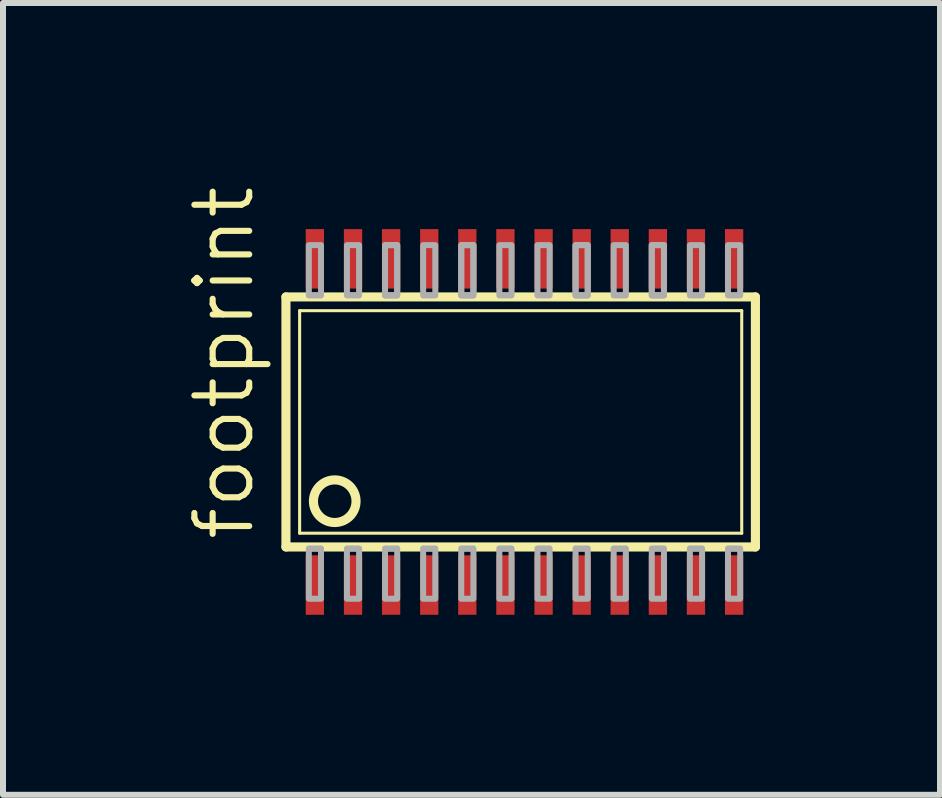
<source format=kicad_pcb>
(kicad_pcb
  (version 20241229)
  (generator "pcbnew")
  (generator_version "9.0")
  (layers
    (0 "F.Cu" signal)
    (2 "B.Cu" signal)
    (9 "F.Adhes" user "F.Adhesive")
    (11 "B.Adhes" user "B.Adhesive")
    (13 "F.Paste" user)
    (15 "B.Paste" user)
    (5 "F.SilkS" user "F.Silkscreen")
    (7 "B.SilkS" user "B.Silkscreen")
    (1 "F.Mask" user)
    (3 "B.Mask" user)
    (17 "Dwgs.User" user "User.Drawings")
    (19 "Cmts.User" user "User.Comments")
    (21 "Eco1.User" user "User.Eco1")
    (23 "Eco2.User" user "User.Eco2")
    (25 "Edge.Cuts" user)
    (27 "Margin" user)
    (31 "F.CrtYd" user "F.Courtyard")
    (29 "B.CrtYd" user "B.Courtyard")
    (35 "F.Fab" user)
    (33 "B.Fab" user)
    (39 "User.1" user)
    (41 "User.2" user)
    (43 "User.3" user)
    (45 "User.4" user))
  (footprint "footprint"
    (layer "F.Cu")
    (at 5.69 3.981)
    (property "Reference" "footprint" (at -4.47 2.019 90) (layer "F.SilkS") (effects (font (size 0.914 0.914) (thickness 0.102)) (justify left bottom)))
    (fp_line (start -3.975 2.083) (end -3.975 -2.083) (stroke (width 0.152) (type solid)) (layer "F.SilkS"))
    (fp_line (start -3.975 2.083) (end 3.848 2.083) (stroke (width 0.152) (type solid)) (layer "F.SilkS"))
    (fp_line (start -3.747 1.854) (end -3.747 -1.854) (stroke (width 0.051) (type solid)) (layer "F.SilkS"))
    (fp_line (start -3.747 1.854) (end 3.62 1.854) (stroke (width 0.051) (type solid)) (layer "F.SilkS"))
    (fp_line (start 3.62 -1.854) (end -3.747 -1.854) (stroke (width 0.051) (type solid)) (layer "F.SilkS"))
    (fp_line (start 3.62 -1.854) (end 3.62 1.854) (stroke (width 0.051) (type solid)) (layer "F.SilkS"))
    (fp_line (start 3.848 -2.083) (end -3.975 -2.083) (stroke (width 0.152) (type solid)) (layer "F.SilkS"))
    (fp_line (start 3.848 -2.083) (end 3.848 2.083) (stroke (width 0.152) (type solid)) (layer "F.SilkS"))
    (fp_circle (center -3.162 1.321) (end -2.807 1.321) (stroke (width 0.152) (type solid)) (fill no) (layer "F.SilkS"))
    (fp_poly (pts (xy -3.594 -2.108) (xy -3.391 -2.108) (xy -3.391 -2.946) (xy -3.594 -2.946)) (stroke (width 0.1) (type solid)) (fill no) (layer "F.Fab"))
    (fp_poly (pts (xy -3.594 2.946) (xy -3.391 2.946) (xy -3.391 2.108) (xy -3.594 2.108)) (stroke (width 0.1) (type solid)) (fill no) (layer "F.Fab"))
    (fp_poly (pts (xy -2.959 -2.108) (xy -2.756 -2.108) (xy -2.756 -2.946) (xy -2.959 -2.946)) (stroke (width 0.1) (type solid)) (fill no) (layer "F.Fab"))
    (fp_poly (pts (xy -2.959 2.946) (xy -2.756 2.946) (xy -2.756 2.108) (xy -2.959 2.108)) (stroke (width 0.1) (type solid)) (fill no) (layer "F.Fab"))
    (fp_poly (pts (xy -2.324 -2.108) (xy -2.121 -2.108) (xy -2.121 -2.946) (xy -2.324 -2.946)) (stroke (width 0.1) (type solid)) (fill no) (layer "F.Fab"))
    (fp_poly (pts (xy -2.324 -2.108) (xy -2.121 -2.108) (xy -2.121 -2.946) (xy -2.324 -2.946)) (stroke (width 0.1) (type solid)) (fill no) (layer "F.Fab"))
    (fp_poly (pts (xy -2.324 2.946) (xy -2.121 2.946) (xy -2.121 2.108) (xy -2.324 2.108)) (stroke (width 0.1) (type solid)) (fill no) (layer "F.Fab"))
    (fp_poly (pts (xy -1.689 -2.108) (xy -1.486 -2.108) (xy -1.486 -2.946) (xy -1.689 -2.946)) (stroke (width 0.1) (type solid)) (fill no) (layer "F.Fab"))
    (fp_poly (pts (xy -1.689 2.946) (xy -1.486 2.946) (xy -1.486 2.108) (xy -1.689 2.108)) (stroke (width 0.1) (type solid)) (fill no) (layer "F.Fab"))
    (fp_poly (pts (xy -1.054 -2.108) (xy -0.851 -2.108) (xy -0.851 -2.946) (xy -1.054 -2.946)) (stroke (width 0.1) (type solid)) (fill no) (layer "F.Fab"))
    (fp_poly (pts (xy -1.054 -2.108) (xy -0.851 -2.108) (xy -0.851 -2.946) (xy -1.054 -2.946)) (stroke (width 0.1) (type solid)) (fill no) (layer "F.Fab"))
    (fp_poly (pts (xy -1.054 2.946) (xy -0.851 2.946) (xy -0.851 2.108) (xy -1.054 2.108)) (stroke (width 0.1) (type solid)) (fill no) (layer "F.Fab"))
    (fp_poly (pts (xy -0.419 -2.108) (xy -0.216 -2.108) (xy -0.216 -2.946) (xy -0.419 -2.946)) (stroke (width 0.1) (type solid)) (fill no) (layer "F.Fab"))
    (fp_poly (pts (xy -0.419 2.946) (xy -0.216 2.946) (xy -0.216 2.108) (xy -0.419 2.108)) (stroke (width 0.1) (type solid)) (fill no) (layer "F.Fab"))
    (fp_poly (pts (xy 0.216 -2.108) (xy 0.419 -2.108) (xy 0.419 -2.946) (xy 0.216 -2.946)) (stroke (width 0.1) (type solid)) (fill no) (layer "F.Fab"))
    (fp_poly (pts (xy 0.216 2.946) (xy 0.419 2.946) (xy 0.419 2.108) (xy 0.216 2.108)) (stroke (width 0.1) (type solid)) (fill no) (layer "F.Fab"))
    (fp_poly (pts (xy 0.851 -2.108) (xy 1.054 -2.108) (xy 1.054 -2.946) (xy 0.851 -2.946)) (stroke (width 0.1) (type solid)) (fill no) (layer "F.Fab"))
    (fp_poly (pts (xy 0.851 -2.108) (xy 1.054 -2.108) (xy 1.054 -2.946) (xy 0.851 -2.946)) (stroke (width 0.1) (type solid)) (fill no) (layer "F.Fab"))
    (fp_poly (pts (xy 0.851 2.946) (xy 1.054 2.946) (xy 1.054 2.108) (xy 0.851 2.108)) (stroke (width 0.1) (type solid)) (fill no) (layer "F.Fab"))
    (fp_poly (pts (xy 1.486 -2.108) (xy 1.689 -2.108) (xy 1.689 -2.946) (xy 1.486 -2.946)) (stroke (width 0.1) (type solid)) (fill no) (layer "F.Fab"))
    (fp_poly (pts (xy 1.486 2.946) (xy 1.689 2.946) (xy 1.689 2.108) (xy 1.486 2.108)) (stroke (width 0.1) (type solid)) (fill no) (layer "F.Fab"))
    (fp_poly (pts (xy 2.121 -2.108) (xy 2.324 -2.108) (xy 2.324 -2.946) (xy 2.121 -2.946)) (stroke (width 0.1) (type solid)) (fill no) (layer "F.Fab"))
    (fp_poly (pts (xy 2.121 -2.108) (xy 2.324 -2.108) (xy 2.324 -2.946) (xy 2.121 -2.946)) (stroke (width 0.1) (type solid)) (fill no) (layer "F.Fab"))
    (fp_poly (pts (xy 2.121 2.946) (xy 2.324 2.946) (xy 2.324 2.108) (xy 2.121 2.108)) (stroke (width 0.1) (type solid)) (fill no) (layer "F.Fab"))
    (fp_poly (pts (xy 2.756 -2.108) (xy 2.959 -2.108) (xy 2.959 -2.946) (xy 2.756 -2.946)) (stroke (width 0.1) (type solid)) (fill no) (layer "F.Fab"))
    (fp_poly (pts (xy 2.756 2.946) (xy 2.959 2.946) (xy 2.959 2.108) (xy 2.756 2.108)) (stroke (width 0.1) (type solid)) (fill no) (layer "F.Fab"))
    (fp_poly (pts (xy 3.391 -2.108) (xy 3.594 -2.108) (xy 3.594 -2.946) (xy 3.391 -2.946)) (stroke (width 0.1) (type solid)) (fill no) (layer "F.Fab"))
    (fp_poly (pts (xy 3.391 2.946) (xy 3.594 2.946) (xy 3.594 2.108) (xy 3.391 2.108)) (stroke (width 0.1) (type solid)) (fill no) (layer "F.Fab"))
    (pad "1" smd rect (at -3.493 2.718) (size 0.305 0.991) (layers "F.Cu" "F.Mask" "F.Paste"))
    (pad "2" smd rect (at -2.857 2.718) (size 0.305 0.991) (layers "F.Cu" "F.Mask" "F.Paste"))
    (pad "3" smd rect (at -2.223 2.718) (size 0.305 0.991) (layers "F.Cu" "F.Mask" "F.Paste"))
    (pad "4" smd rect (at -1.587 2.718) (size 0.305 0.991) (layers "F.Cu" "F.Mask" "F.Paste"))
    (pad "5" smd rect (at -0.953 2.718) (size 0.305 0.991) (layers "F.Cu" "F.Mask" "F.Paste"))
    (pad "6" smd rect (at -0.318 2.718) (size 0.305 0.991) (layers "F.Cu" "F.Mask" "F.Paste"))
    (pad "7" smd rect (at 0.318 2.718) (size 0.305 0.991) (layers "F.Cu" "F.Mask" "F.Paste"))
    (pad "8" smd rect (at 0.953 2.718) (size 0.305 0.991) (layers "F.Cu" "F.Mask" "F.Paste"))
    (pad "9" smd rect (at 1.587 2.718) (size 0.305 0.991) (layers "F.Cu" "F.Mask" "F.Paste"))
    (pad "10" smd rect (at 2.223 2.718) (size 0.305 0.991) (layers "F.Cu" "F.Mask" "F.Paste"))
    (pad "11" smd rect (at 2.857 2.718) (size 0.305 0.991) (layers "F.Cu" "F.Mask" "F.Paste"))
    (pad "12" smd rect (at 3.493 2.718) (size 0.305 0.991) (layers "F.Cu" "F.Mask" "F.Paste"))
    (pad "13" smd rect (at 3.493 -2.718) (size 0.305 0.991) (layers "F.Cu" "F.Mask" "F.Paste"))
    (pad "14" smd rect (at 2.857 -2.718) (size 0.305 0.991) (layers "F.Cu" "F.Mask" "F.Paste"))
    (pad "15" smd rect (at 2.223 -2.718) (size 0.305 0.991) (layers "F.Cu" "F.Mask" "F.Paste"))
    (pad "16" smd rect (at 1.587 -2.718) (size 0.305 0.991) (layers "F.Cu" "F.Mask" "F.Paste"))
    (pad "17" smd rect (at 0.953 -2.718) (size 0.305 0.991) (layers "F.Cu" "F.Mask" "F.Paste"))
    (pad "18" smd rect (at 0.318 -2.718) (size 0.305 0.991) (layers "F.Cu" "F.Mask" "F.Paste"))
    (pad "19" smd rect (at -0.318 -2.718) (size 0.305 0.991) (layers "F.Cu" "F.Mask" "F.Paste"))
    (pad "20" smd rect (at -0.953 -2.718) (size 0.305 0.991) (layers "F.Cu" "F.Mask" "F.Paste"))
    (pad "21" smd rect (at -1.587 -2.718) (size 0.305 0.991) (layers "F.Cu" "F.Mask" "F.Paste"))
    (pad "22" smd rect (at -2.223 -2.718) (size 0.305 0.991) (layers "F.Cu" "F.Mask" "F.Paste"))
    (pad "23" smd rect (at -2.857 -2.718) (size 0.305 0.991) (layers "F.Cu" "F.Mask" "F.Paste"))
    (pad "24" smd rect (at -3.493 -2.718) (size 0.305 0.991) (layers "F.Cu" "F.Mask" "F.Paste")))
  (gr_rect
    (start -3 -3)
    (end 12.614 10.194)
    (stroke (width 0.1) (type default))
    (fill no)
    (layer "Edge.Cuts")))
</source>
